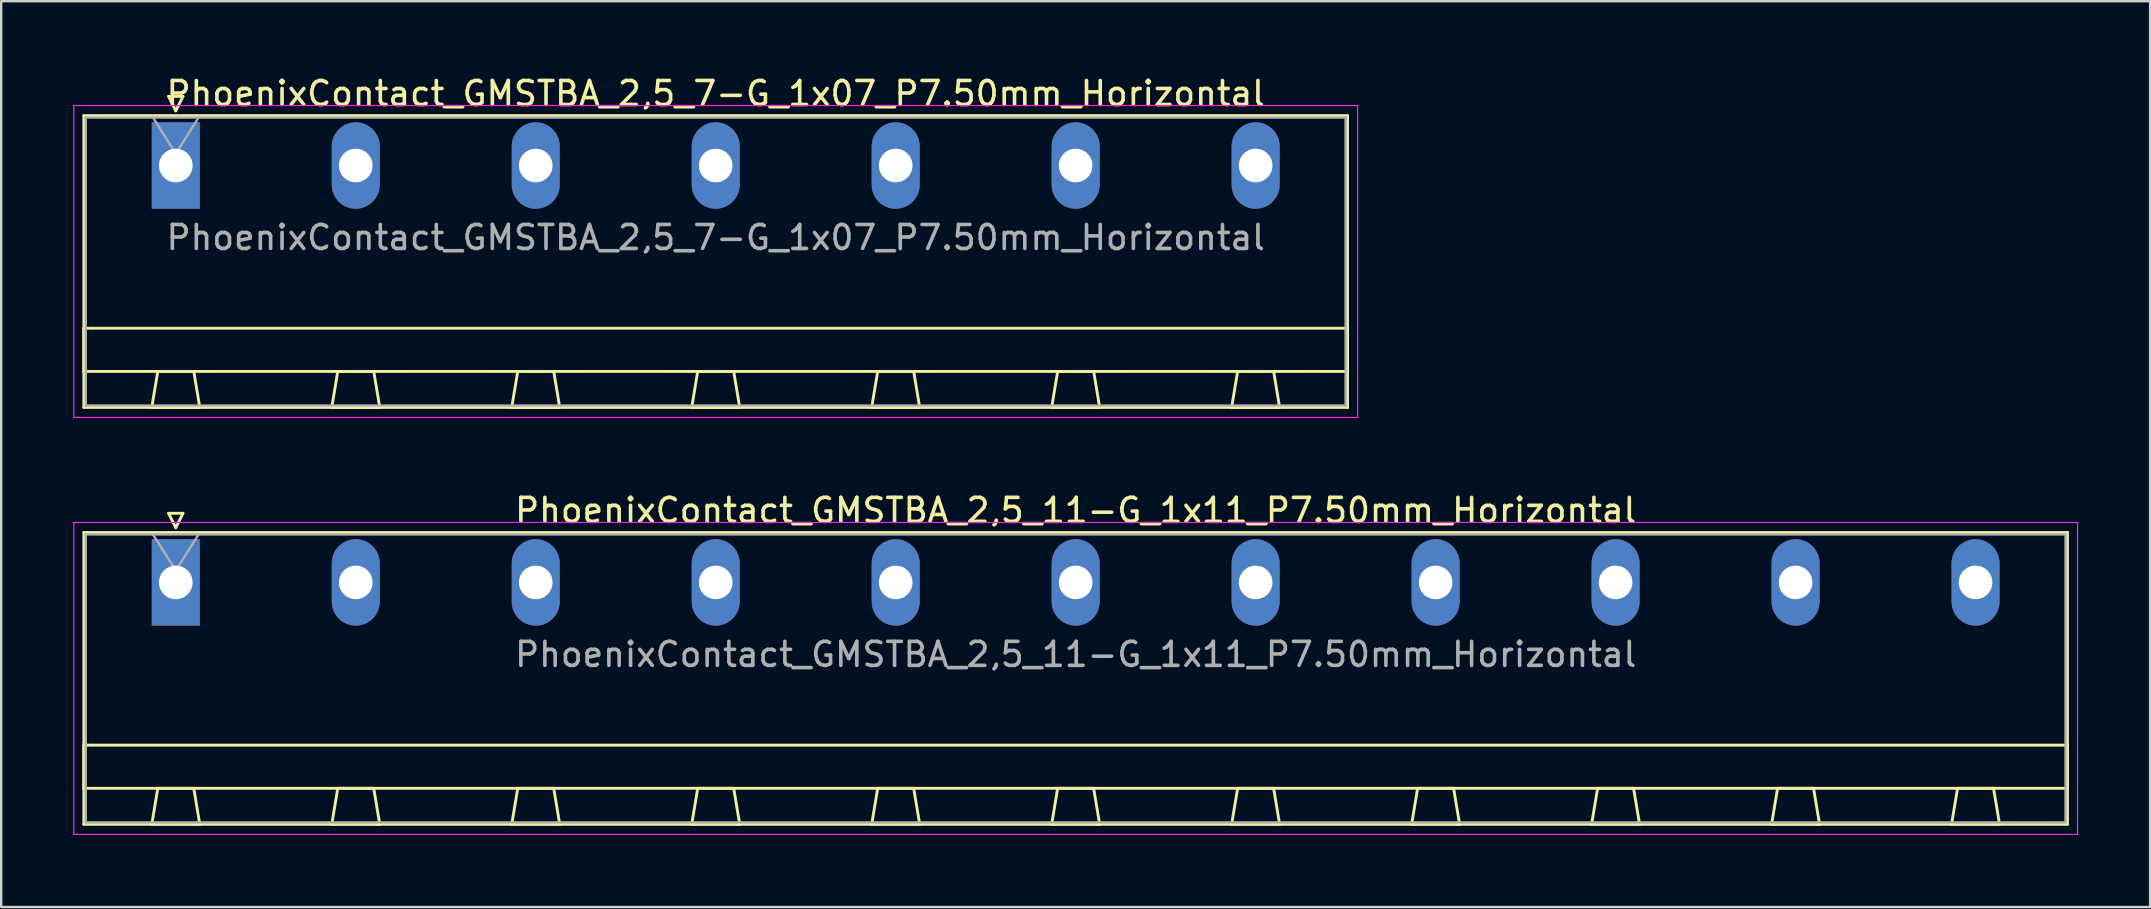
<source format=kicad_pcb>
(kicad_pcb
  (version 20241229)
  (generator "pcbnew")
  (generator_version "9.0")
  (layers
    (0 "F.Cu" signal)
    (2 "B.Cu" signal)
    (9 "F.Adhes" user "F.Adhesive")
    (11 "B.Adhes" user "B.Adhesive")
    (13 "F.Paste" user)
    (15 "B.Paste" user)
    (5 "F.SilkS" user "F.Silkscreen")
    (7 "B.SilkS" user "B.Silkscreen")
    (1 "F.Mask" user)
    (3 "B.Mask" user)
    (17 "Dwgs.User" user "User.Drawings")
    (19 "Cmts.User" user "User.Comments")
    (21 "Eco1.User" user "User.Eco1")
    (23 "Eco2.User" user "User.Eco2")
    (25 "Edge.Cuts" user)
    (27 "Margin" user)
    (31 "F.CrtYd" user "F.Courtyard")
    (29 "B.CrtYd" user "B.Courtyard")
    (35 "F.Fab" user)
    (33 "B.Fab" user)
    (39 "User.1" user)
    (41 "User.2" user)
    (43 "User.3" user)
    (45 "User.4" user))
  (footprint "PhoenixContact_GMSTBA_2,5_11-G_1x11_P7.50mm_Horizontal"
    (layer "F.Cu")
    (at 4.275 21.221)
    (property "Reference" "PhoenixContact_GMSTBA_2,5_11-G_1x11_P7.50mm_Horizontal" (at 37.5 -3 0) (layer "F.SilkS") (effects (font (size 1 1) (thickness 0.15))))
    (attr through_hole)
    (fp_line (start -3.83 -2.08) (end -3.83 10.08) (stroke (width 0.12) (type solid)) (layer "F.SilkS"))
    (fp_line (start -3.83 6.78) (end 78.83 6.78) (stroke (width 0.12) (type solid)) (layer "F.SilkS"))
    (fp_line (start -3.83 8.58) (end -3.83 6.78) (stroke (width 0.12) (type solid)) (layer "F.SilkS"))
    (fp_line (start -3.83 10.08) (end 78.83 10.08) (stroke (width 0.12) (type solid)) (layer "F.SilkS"))
    (fp_line (start -1 10.08) (end 1 10.08) (stroke (width 0.12) (type solid)) (layer "F.SilkS"))
    (fp_line (start -0.75 8.58) (end -1 10.08) (stroke (width 0.12) (type solid)) (layer "F.SilkS"))
    (fp_line (start -0.3 -2.88) (end 0.3 -2.88) (stroke (width 0.12) (type solid)) (layer "F.SilkS"))
    (fp_line (start 0 -2.28) (end -0.3 -2.88) (stroke (width 0.12) (type solid)) (layer "F.SilkS"))
    (fp_line (start 0.3 -2.88) (end 0 -2.28) (stroke (width 0.12) (type solid)) (layer "F.SilkS"))
    (fp_line (start 0.75 8.58) (end -0.75 8.58) (stroke (width 0.12) (type solid)) (layer "F.SilkS"))
    (fp_line (start 1 10.08) (end 0.75 8.58) (stroke (width 0.12) (type solid)) (layer "F.SilkS"))
    (fp_line (start 6.5 10.08) (end 8.5 10.08) (stroke (width 0.12) (type solid)) (layer "F.SilkS"))
    (fp_line (start 6.75 8.58) (end 6.5 10.08) (stroke (width 0.12) (type solid)) (layer "F.SilkS"))
    (fp_line (start 8.25 8.58) (end 6.75 8.58) (stroke (width 0.12) (type solid)) (layer "F.SilkS"))
    (fp_line (start 8.5 10.08) (end 8.25 8.58) (stroke (width 0.12) (type solid)) (layer "F.SilkS"))
    (fp_line (start 14 10.08) (end 16 10.08) (stroke (width 0.12) (type solid)) (layer "F.SilkS"))
    (fp_line (start 14.25 8.58) (end 14 10.08) (stroke (width 0.12) (type solid)) (layer "F.SilkS"))
    (fp_line (start 15.75 8.58) (end 14.25 8.58) (stroke (width 0.12) (type solid)) (layer "F.SilkS"))
    (fp_line (start 16 10.08) (end 15.75 8.58) (stroke (width 0.12) (type solid)) (layer "F.SilkS"))
    (fp_line (start 21.5 10.08) (end 23.5 10.08) (stroke (width 0.12) (type solid)) (layer "F.SilkS"))
    (fp_line (start 21.75 8.58) (end 21.5 10.08) (stroke (width 0.12) (type solid)) (layer "F.SilkS"))
    (fp_line (start 23.25 8.58) (end 21.75 8.58) (stroke (width 0.12) (type solid)) (layer "F.SilkS"))
    (fp_line (start 23.5 10.08) (end 23.25 8.58) (stroke (width 0.12) (type solid)) (layer "F.SilkS"))
    (fp_line (start 29 10.08) (end 31 10.08) (stroke (width 0.12) (type solid)) (layer "F.SilkS"))
    (fp_line (start 29.25 8.58) (end 29 10.08) (stroke (width 0.12) (type solid)) (layer "F.SilkS"))
    (fp_line (start 30.75 8.58) (end 29.25 8.58) (stroke (width 0.12) (type solid)) (layer "F.SilkS"))
    (fp_line (start 31 10.08) (end 30.75 8.58) (stroke (width 0.12) (type solid)) (layer "F.SilkS"))
    (fp_line (start 36.5 10.08) (end 38.5 10.08) (stroke (width 0.12) (type solid)) (layer "F.SilkS"))
    (fp_line (start 36.75 8.58) (end 36.5 10.08) (stroke (width 0.12) (type solid)) (layer "F.SilkS"))
    (fp_line (start 38.25 8.58) (end 36.75 8.58) (stroke (width 0.12) (type solid)) (layer "F.SilkS"))
    (fp_line (start 38.5 10.08) (end 38.25 8.58) (stroke (width 0.12) (type solid)) (layer "F.SilkS"))
    (fp_line (start 44 10.08) (end 46 10.08) (stroke (width 0.12) (type solid)) (layer "F.SilkS"))
    (fp_line (start 44.25 8.58) (end 44 10.08) (stroke (width 0.12) (type solid)) (layer "F.SilkS"))
    (fp_line (start 45.75 8.58) (end 44.25 8.58) (stroke (width 0.12) (type solid)) (layer "F.SilkS"))
    (fp_line (start 46 10.08) (end 45.75 8.58) (stroke (width 0.12) (type solid)) (layer "F.SilkS"))
    (fp_line (start 51.5 10.08) (end 53.5 10.08) (stroke (width 0.12) (type solid)) (layer "F.SilkS"))
    (fp_line (start 51.75 8.58) (end 51.5 10.08) (stroke (width 0.12) (type solid)) (layer "F.SilkS"))
    (fp_line (start 53.25 8.58) (end 51.75 8.58) (stroke (width 0.12) (type solid)) (layer "F.SilkS"))
    (fp_line (start 53.5 10.08) (end 53.25 8.58) (stroke (width 0.12) (type solid)) (layer "F.SilkS"))
    (fp_line (start 59 10.08) (end 61 10.08) (stroke (width 0.12) (type solid)) (layer "F.SilkS"))
    (fp_line (start 59.25 8.58) (end 59 10.08) (stroke (width 0.12) (type solid)) (layer "F.SilkS"))
    (fp_line (start 60.75 8.58) (end 59.25 8.58) (stroke (width 0.12) (type solid)) (layer "F.SilkS"))
    (fp_line (start 61 10.08) (end 60.75 8.58) (stroke (width 0.12) (type solid)) (layer "F.SilkS"))
    (fp_line (start 66.5 10.08) (end 68.5 10.08) (stroke (width 0.12) (type solid)) (layer "F.SilkS"))
    (fp_line (start 66.75 8.58) (end 66.5 10.08) (stroke (width 0.12) (type solid)) (layer "F.SilkS"))
    (fp_line (start 68.25 8.58) (end 66.75 8.58) (stroke (width 0.12) (type solid)) (layer "F.SilkS"))
    (fp_line (start 68.5 10.08) (end 68.25 8.58) (stroke (width 0.12) (type solid)) (layer "F.SilkS"))
    (fp_line (start 74 10.08) (end 76 10.08) (stroke (width 0.12) (type solid)) (layer "F.SilkS"))
    (fp_line (start 74.25 8.58) (end 74 10.08) (stroke (width 0.12) (type solid)) (layer "F.SilkS"))
    (fp_line (start 75.75 8.58) (end 74.25 8.58) (stroke (width 0.12) (type solid)) (layer "F.SilkS"))
    (fp_line (start 76 10.08) (end 75.75 8.58) (stroke (width 0.12) (type solid)) (layer "F.SilkS"))
    (fp_line (start 78.83 -2.08) (end -3.83 -2.08) (stroke (width 0.12) (type solid)) (layer "F.SilkS"))
    (fp_line (start 78.83 6.78) (end 78.83 8.58) (stroke (width 0.12) (type solid)) (layer "F.SilkS"))
    (fp_line (start 78.83 8.58) (end -3.83 8.58) (stroke (width 0.12) (type solid)) (layer "F.SilkS"))
    (fp_line (start 78.83 10.08) (end 78.83 -2.08) (stroke (width 0.12) (type solid)) (layer "F.SilkS"))
    (fp_line (start -4.25 -2.5) (end -4.25 10.5) (stroke (width 0.05) (type solid)) (layer "F.CrtYd"))
    (fp_line (start -4.25 10.5) (end 79.25 10.5) (stroke (width 0.05) (type solid)) (layer "F.CrtYd"))
    (fp_line (start 79.25 -2.5) (end -4.25 -2.5) (stroke (width 0.05) (type solid)) (layer "F.CrtYd"))
    (fp_line (start 79.25 10.5) (end 79.25 -2.5) (stroke (width 0.05) (type solid)) (layer "F.CrtYd"))
    (fp_line (start -3.75 -2) (end -3.75 10) (stroke (width 0.1) (type solid)) (layer "F.Fab"))
    (fp_line (start -3.75 10) (end 78.75 10) (stroke (width 0.1) (type solid)) (layer "F.Fab"))
    (fp_line (start 0 -0.5) (end -0.95 -2) (stroke (width 0.1) (type solid)) (layer "F.Fab"))
    (fp_line (start 0.95 -2) (end 0 -0.5) (stroke (width 0.1) (type solid)) (layer "F.Fab"))
    (fp_line (start 78.75 -2) (end -3.75 -2) (stroke (width 0.1) (type solid)) (layer "F.Fab"))
    (fp_line (start 78.75 10) (end 78.75 -2) (stroke (width 0.1) (type solid)) (layer "F.Fab"))
    (fp_text user "${REFERENCE}" (at 37.5 3 0) (layer "F.Fab") (effects (font (size 1 1) (thickness 0.15))))
    (pad "1" thru_hole rect (at 0 0) (size 2 3.6) (drill 1.4) (layers "*.Cu" "*.Mask"))
    (pad "2" thru_hole oval (at 7.5 0) (size 2 3.6) (drill 1.4) (layers "*.Cu" "*.Mask"))
    (pad "3" thru_hole oval (at 15 0) (size 2 3.6) (drill 1.4) (layers "*.Cu" "*.Mask"))
    (pad "4" thru_hole oval (at 22.5 0) (size 2 3.6) (drill 1.4) (layers "*.Cu" "*.Mask"))
    (pad "5" thru_hole oval (at 30 0) (size 2 3.6) (drill 1.4) (layers "*.Cu" "*.Mask"))
    (pad "6" thru_hole oval (at 37.5 0) (size 2 3.6) (drill 1.4) (layers "*.Cu" "*.Mask"))
    (pad "7" thru_hole oval (at 45 0) (size 2 3.6) (drill 1.4) (layers "*.Cu" "*.Mask"))
    (pad "8" thru_hole oval (at 52.5 0) (size 2 3.6) (drill 1.4) (layers "*.Cu" "*.Mask"))
    (pad "9" thru_hole oval (at 60 0) (size 2 3.6) (drill 1.4) (layers "*.Cu" "*.Mask"))
    (pad "10" thru_hole oval (at 67.5 0) (size 2 3.6) (drill 1.4) (layers "*.Cu" "*.Mask"))
    (pad "11" thru_hole oval (at 75 0) (size 2 3.6) (drill 1.4) (layers "*.Cu" "*.Mask")))
  (footprint "PhoenixContact_GMSTBA_2,5_7-G_1x07_P7.50mm_Horizontal"
    (layer "F.Cu")
    (at 4.275 3.848)
    (property "Reference" "PhoenixContact_GMSTBA_2,5_7-G_1x07_P7.50mm_Horizontal" (at 22.5 -3 0) (layer "F.SilkS") (effects (font (size 1 1) (thickness 0.15))))
    (attr through_hole)
    (fp_line (start -3.83 -2.08) (end -3.83 10.08) (stroke (width 0.12) (type solid)) (layer "F.SilkS"))
    (fp_line (start -3.83 6.78) (end 48.83 6.78) (stroke (width 0.12) (type solid)) (layer "F.SilkS"))
    (fp_line (start -3.83 8.58) (end -3.83 6.78) (stroke (width 0.12) (type solid)) (layer "F.SilkS"))
    (fp_line (start -3.83 10.08) (end 48.83 10.08) (stroke (width 0.12) (type solid)) (layer "F.SilkS"))
    (fp_line (start -1 10.08) (end 1 10.08) (stroke (width 0.12) (type solid)) (layer "F.SilkS"))
    (fp_line (start -0.75 8.58) (end -1 10.08) (stroke (width 0.12) (type solid)) (layer "F.SilkS"))
    (fp_line (start -0.3 -2.88) (end 0.3 -2.88) (stroke (width 0.12) (type solid)) (layer "F.SilkS"))
    (fp_line (start 0 -2.28) (end -0.3 -2.88) (stroke (width 0.12) (type solid)) (layer "F.SilkS"))
    (fp_line (start 0.3 -2.88) (end 0 -2.28) (stroke (width 0.12) (type solid)) (layer "F.SilkS"))
    (fp_line (start 0.75 8.58) (end -0.75 8.58) (stroke (width 0.12) (type solid)) (layer "F.SilkS"))
    (fp_line (start 1 10.08) (end 0.75 8.58) (stroke (width 0.12) (type solid)) (layer "F.SilkS"))
    (fp_line (start 6.5 10.08) (end 8.5 10.08) (stroke (width 0.12) (type solid)) (layer "F.SilkS"))
    (fp_line (start 6.75 8.58) (end 6.5 10.08) (stroke (width 0.12) (type solid)) (layer "F.SilkS"))
    (fp_line (start 8.25 8.58) (end 6.75 8.58) (stroke (width 0.12) (type solid)) (layer "F.SilkS"))
    (fp_line (start 8.5 10.08) (end 8.25 8.58) (stroke (width 0.12) (type solid)) (layer "F.SilkS"))
    (fp_line (start 14 10.08) (end 16 10.08) (stroke (width 0.12) (type solid)) (layer "F.SilkS"))
    (fp_line (start 14.25 8.58) (end 14 10.08) (stroke (width 0.12) (type solid)) (layer "F.SilkS"))
    (fp_line (start 15.75 8.58) (end 14.25 8.58) (stroke (width 0.12) (type solid)) (layer "F.SilkS"))
    (fp_line (start 16 10.08) (end 15.75 8.58) (stroke (width 0.12) (type solid)) (layer "F.SilkS"))
    (fp_line (start 21.5 10.08) (end 23.5 10.08) (stroke (width 0.12) (type solid)) (layer "F.SilkS"))
    (fp_line (start 21.75 8.58) (end 21.5 10.08) (stroke (width 0.12) (type solid)) (layer "F.SilkS"))
    (fp_line (start 23.25 8.58) (end 21.75 8.58) (stroke (width 0.12) (type solid)) (layer "F.SilkS"))
    (fp_line (start 23.5 10.08) (end 23.25 8.58) (stroke (width 0.12) (type solid)) (layer "F.SilkS"))
    (fp_line (start 29 10.08) (end 31 10.08) (stroke (width 0.12) (type solid)) (layer "F.SilkS"))
    (fp_line (start 29.25 8.58) (end 29 10.08) (stroke (width 0.12) (type solid)) (layer "F.SilkS"))
    (fp_line (start 30.75 8.58) (end 29.25 8.58) (stroke (width 0.12) (type solid)) (layer "F.SilkS"))
    (fp_line (start 31 10.08) (end 30.75 8.58) (stroke (width 0.12) (type solid)) (layer "F.SilkS"))
    (fp_line (start 36.5 10.08) (end 38.5 10.08) (stroke (width 0.12) (type solid)) (layer "F.SilkS"))
    (fp_line (start 36.75 8.58) (end 36.5 10.08) (stroke (width 0.12) (type solid)) (layer "F.SilkS"))
    (fp_line (start 38.25 8.58) (end 36.75 8.58) (stroke (width 0.12) (type solid)) (layer "F.SilkS"))
    (fp_line (start 38.5 10.08) (end 38.25 8.58) (stroke (width 0.12) (type solid)) (layer "F.SilkS"))
    (fp_line (start 44 10.08) (end 46 10.08) (stroke (width 0.12) (type solid)) (layer "F.SilkS"))
    (fp_line (start 44.25 8.58) (end 44 10.08) (stroke (width 0.12) (type solid)) (layer "F.SilkS"))
    (fp_line (start 45.75 8.58) (end 44.25 8.58) (stroke (width 0.12) (type solid)) (layer "F.SilkS"))
    (fp_line (start 46 10.08) (end 45.75 8.58) (stroke (width 0.12) (type solid)) (layer "F.SilkS"))
    (fp_line (start 48.83 -2.08) (end -3.83 -2.08) (stroke (width 0.12) (type solid)) (layer "F.SilkS"))
    (fp_line (start 48.83 6.78) (end 48.83 8.58) (stroke (width 0.12) (type solid)) (layer "F.SilkS"))
    (fp_line (start 48.83 8.58) (end -3.83 8.58) (stroke (width 0.12) (type solid)) (layer "F.SilkS"))
    (fp_line (start 48.83 10.08) (end 48.83 -2.08) (stroke (width 0.12) (type solid)) (layer "F.SilkS"))
    (fp_line (start -4.25 -2.5) (end -4.25 10.5) (stroke (width 0.05) (type solid)) (layer "F.CrtYd"))
    (fp_line (start -4.25 10.5) (end 49.25 10.5) (stroke (width 0.05) (type solid)) (layer "F.CrtYd"))
    (fp_line (start 49.25 -2.5) (end -4.25 -2.5) (stroke (width 0.05) (type solid)) (layer "F.CrtYd"))
    (fp_line (start 49.25 10.5) (end 49.25 -2.5) (stroke (width 0.05) (type solid)) (layer "F.CrtYd"))
    (fp_line (start -3.75 -2) (end -3.75 10) (stroke (width 0.1) (type solid)) (layer "F.Fab"))
    (fp_line (start -3.75 10) (end 48.75 10) (stroke (width 0.1) (type solid)) (layer "F.Fab"))
    (fp_line (start 0 -0.5) (end -0.95 -2) (stroke (width 0.1) (type solid)) (layer "F.Fab"))
    (fp_line (start 0.95 -2) (end 0 -0.5) (stroke (width 0.1) (type solid)) (layer "F.Fab"))
    (fp_line (start 48.75 -2) (end -3.75 -2) (stroke (width 0.1) (type solid)) (layer "F.Fab"))
    (fp_line (start 48.75 10) (end 48.75 -2) (stroke (width 0.1) (type solid)) (layer "F.Fab"))
    (fp_text user "${REFERENCE}" (at 22.5 3 0) (layer "F.Fab") (effects (font (size 1 1) (thickness 0.15))))
    (pad "1" thru_hole rect (at 0 0) (size 2 3.6) (drill 1.4) (layers "*.Cu" "*.Mask"))
    (pad "2" thru_hole oval (at 7.5 0) (size 2 3.6) (drill 1.4) (layers "*.Cu" "*.Mask"))
    (pad "3" thru_hole oval (at 15 0) (size 2 3.6) (drill 1.4) (layers "*.Cu" "*.Mask"))
    (pad "4" thru_hole oval (at 22.5 0) (size 2 3.6) (drill 1.4) (layers "*.Cu" "*.Mask"))
    (pad "5" thru_hole oval (at 30 0) (size 2 3.6) (drill 1.4) (layers "*.Cu" "*.Mask"))
    (pad "6" thru_hole oval (at 37.5 0) (size 2 3.6) (drill 1.4) (layers "*.Cu" "*.Mask"))
    (pad "7" thru_hole oval (at 45 0) (size 2 3.6) (drill 1.4) (layers "*.Cu" "*.Mask")))
  (gr_rect
    (start -3 -3)
    (end 86.55 34.746)
    (stroke (width 0.1) (type default))
    (fill no)
    (layer "Edge.Cuts")))
</source>
